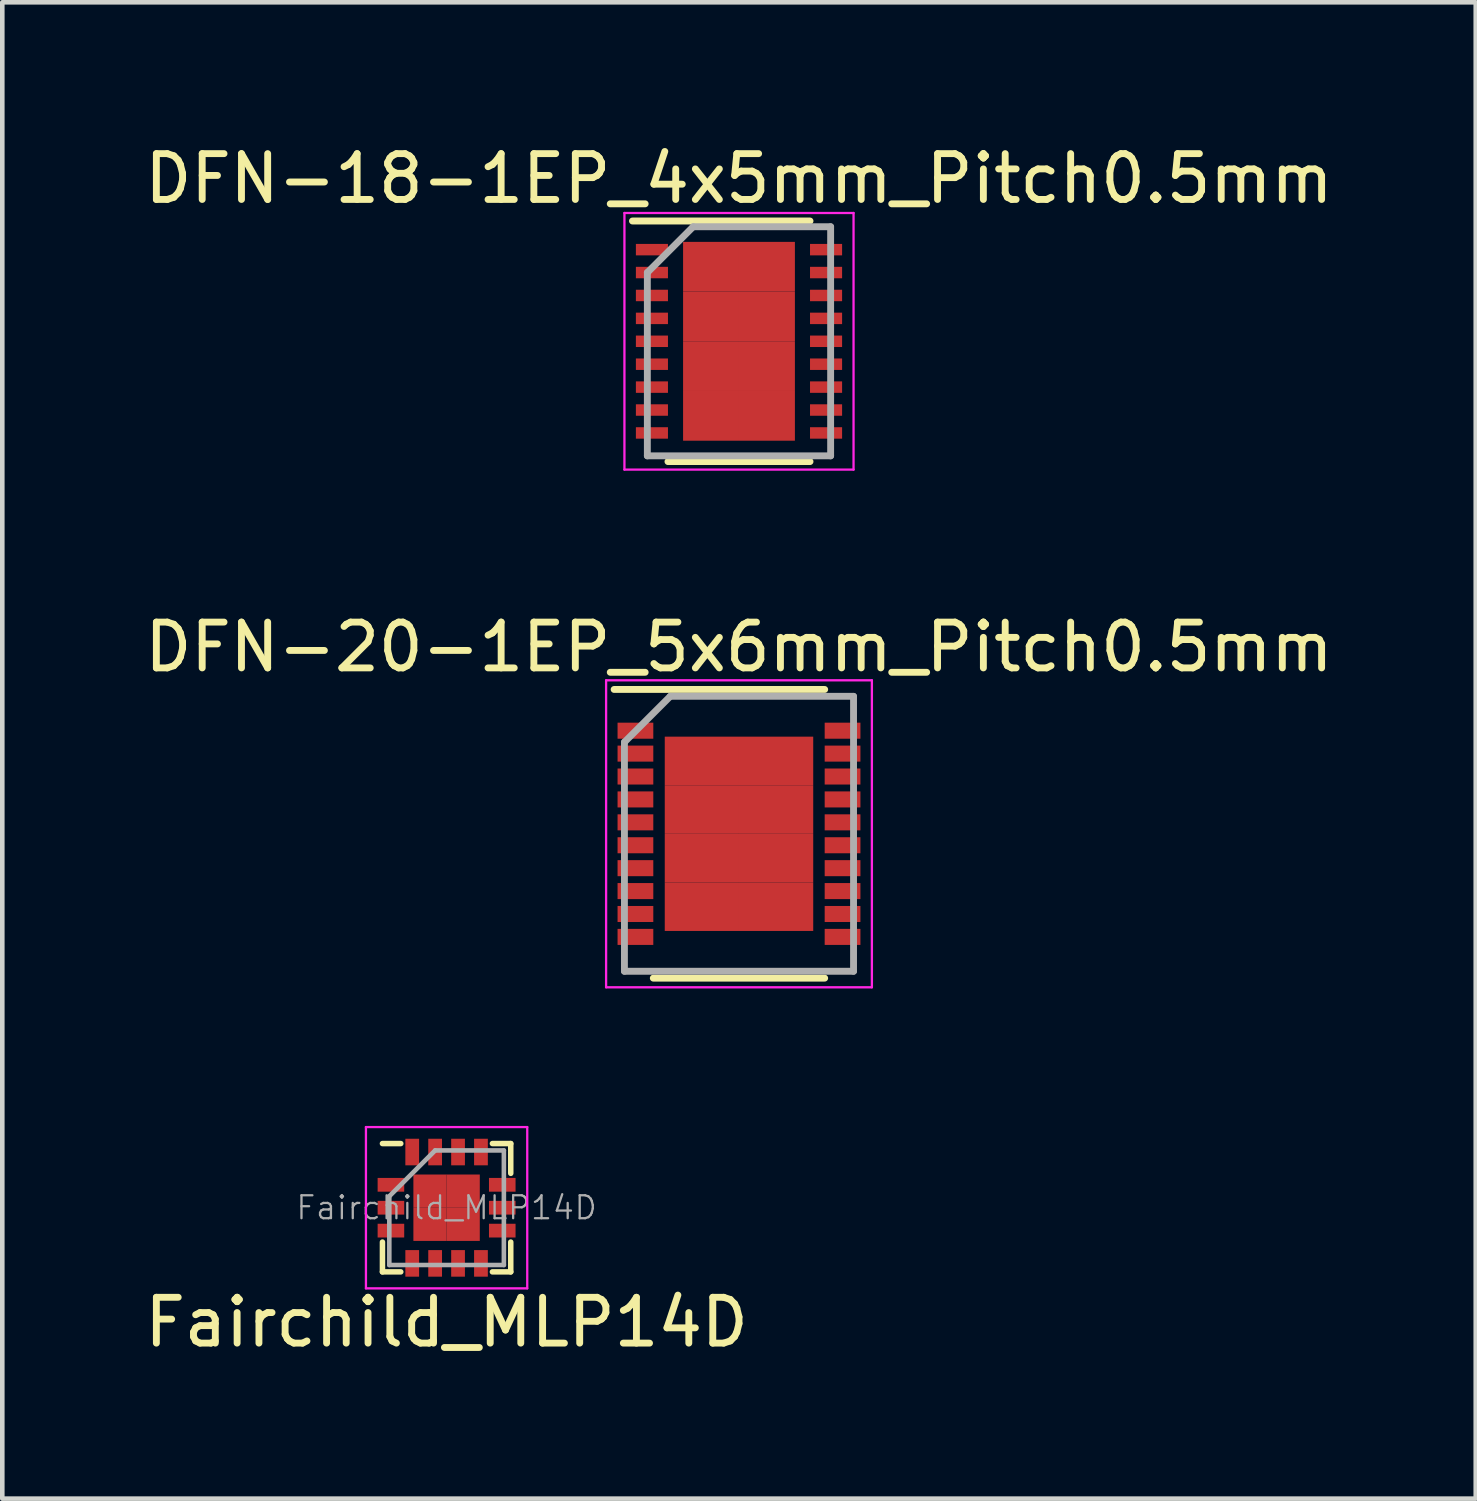
<source format=kicad_pcb>
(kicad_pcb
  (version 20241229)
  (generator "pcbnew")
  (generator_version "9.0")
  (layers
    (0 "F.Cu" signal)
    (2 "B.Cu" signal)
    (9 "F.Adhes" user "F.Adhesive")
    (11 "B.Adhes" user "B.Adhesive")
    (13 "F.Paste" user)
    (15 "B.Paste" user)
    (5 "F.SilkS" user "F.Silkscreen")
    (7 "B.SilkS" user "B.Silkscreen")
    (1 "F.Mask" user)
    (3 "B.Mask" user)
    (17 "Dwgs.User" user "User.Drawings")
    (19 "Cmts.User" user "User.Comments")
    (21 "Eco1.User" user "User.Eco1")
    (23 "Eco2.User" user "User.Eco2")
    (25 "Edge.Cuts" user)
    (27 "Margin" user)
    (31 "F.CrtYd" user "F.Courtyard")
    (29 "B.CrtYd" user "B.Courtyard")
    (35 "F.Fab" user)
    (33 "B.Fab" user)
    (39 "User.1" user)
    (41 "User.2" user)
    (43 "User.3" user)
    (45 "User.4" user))
  (footprint "DFN-18-1EP_4x5mm_Pitch0.5mm"
    (layer "F.Cu")
    (at 13.077 4.398)
    (property "Reference" "DFN-18-1EP_4x5mm_Pitch0.5mm" (at 0 -3.55 0) (layer "F.SilkS") (effects (font (size 1 1) (thickness 0.15))))
    (attr smd)
    (fp_line (start -2.325 -2.625) (end 1.55 -2.625) (stroke (width 0.15) (type solid)) (layer "F.SilkS"))
    (fp_line (start -1.55 2.625) (end 1.55 2.625) (stroke (width 0.15) (type solid)) (layer "F.SilkS"))
    (fp_line (start -2.5 -2.8) (end -2.5 2.8) (stroke (width 0.05) (type solid)) (layer "F.CrtYd"))
    (fp_line (start -2.5 -2.8) (end 2.5 -2.8) (stroke (width 0.05) (type solid)) (layer "F.CrtYd"))
    (fp_line (start -2.5 2.8) (end 2.5 2.8) (stroke (width 0.05) (type solid)) (layer "F.CrtYd"))
    (fp_line (start 2.5 -2.8) (end 2.5 2.8) (stroke (width 0.05) (type solid)) (layer "F.CrtYd"))
    (fp_line (start -2 -1.5) (end -1 -2.5) (stroke (width 0.15) (type solid)) (layer "F.Fab"))
    (fp_line (start -2 2.5) (end -2 -1.5) (stroke (width 0.15) (type solid)) (layer "F.Fab"))
    (fp_line (start -1 -2.5) (end 2 -2.5) (stroke (width 0.15) (type solid)) (layer "F.Fab"))
    (fp_line (start 2 -2.5) (end 2 2.5) (stroke (width 0.15) (type solid)) (layer "F.Fab"))
    (fp_line (start 2 2.5) (end -2 2.5) (stroke (width 0.15) (type solid)) (layer "F.Fab"))
    (pad "1" smd rect (at -1.9 -2) (size 0.7 0.25) (layers "F.Cu" "F.Mask" "F.Paste"))
    (pad "2" smd rect (at -1.9 -1.5) (size 0.7 0.25) (layers "F.Cu" "F.Mask" "F.Paste"))
    (pad "3" smd rect (at -1.9 -1) (size 0.7 0.25) (layers "F.Cu" "F.Mask" "F.Paste"))
    (pad "4" smd rect (at -1.9 -0.5) (size 0.7 0.25) (layers "F.Cu" "F.Mask" "F.Paste"))
    (pad "5" smd rect (at -1.9 0) (size 0.7 0.25) (layers "F.Cu" "F.Mask" "F.Paste"))
    (pad "6" smd rect (at -1.9 0.5) (size 0.7 0.25) (layers "F.Cu" "F.Mask" "F.Paste"))
    (pad "7" smd rect (at -1.9 1) (size 0.7 0.25) (layers "F.Cu" "F.Mask" "F.Paste"))
    (pad "8" smd rect (at -1.9 1.5) (size 0.7 0.25) (layers "F.Cu" "F.Mask" "F.Paste"))
    (pad "9" smd rect (at -1.9 2) (size 0.7 0.25) (layers "F.Cu" "F.Mask" "F.Paste"))
    (pad "10" smd rect (at 1.9 2) (size 0.7 0.25) (layers "F.Cu" "F.Mask" "F.Paste"))
    (pad "11" smd rect (at 1.9 1.5) (size 0.7 0.25) (layers "F.Cu" "F.Mask" "F.Paste"))
    (pad "12" smd rect (at 1.9 1) (size 0.7 0.25) (layers "F.Cu" "F.Mask" "F.Paste"))
    (pad "13" smd rect (at 1.9 0.5) (size 0.7 0.25) (layers "F.Cu" "F.Mask" "F.Paste"))
    (pad "14" smd rect (at 1.9 0) (size 0.7 0.25) (layers "F.Cu" "F.Mask" "F.Paste"))
    (pad "15" smd rect (at 1.9 -0.5) (size 0.7 0.25) (layers "F.Cu" "F.Mask" "F.Paste"))
    (pad "16" smd rect (at 1.9 -1) (size 0.7 0.25) (layers "F.Cu" "F.Mask" "F.Paste"))
    (pad "17" smd rect (at 1.9 -1.5) (size 0.7 0.25) (layers "F.Cu" "F.Mask" "F.Paste"))
    (pad "18" smd rect (at 1.9 -2) (size 0.7 0.25) (layers "F.Cu" "F.Mask" "F.Paste"))
    (pad "19" smd rect (at -0.61 -1.627) (size 1.22 1.085) (layers "F.Cu" "F.Mask" "F.Paste"))
    (pad "19" smd rect (at -0.61 -0.542) (size 1.22 1.085) (layers "F.Cu" "F.Mask" "F.Paste"))
    (pad "19" smd rect (at -0.61 0.542) (size 1.22 1.085) (layers "F.Cu" "F.Mask" "F.Paste"))
    (pad "19" smd rect (at -0.61 1.627) (size 1.22 1.085) (layers "F.Cu" "F.Mask" "F.Paste"))
    (pad "19" smd rect (at 0.61 -1.627) (size 1.22 1.085) (layers "F.Cu" "F.Mask" "F.Paste"))
    (pad "19" smd rect (at 0.61 -0.542) (size 1.22 1.085) (layers "F.Cu" "F.Mask" "F.Paste"))
    (pad "19" smd rect (at 0.61 0.542) (size 1.22 1.085) (layers "F.Cu" "F.Mask" "F.Paste"))
    (pad "19" smd rect (at 0.61 1.627) (size 1.22 1.085) (layers "F.Cu" "F.Mask" "F.Paste")))
  (footprint "Fairchild_MLP14D"
    (layer "F.Cu")
    (at 6.696 23.306)
    (property "Reference" "Fairchild_MLP14D" (at 0 2.5 0) (layer "F.SilkS") (effects (font (size 1 1) (thickness 0.15))))
    (attr smd)
    (fp_line (start -1.4 1.4) (end -1.4 0.75) (stroke (width 0.12) (type solid)) (layer "F.SilkS"))
    (fp_line (start -1 -1.4) (end -1.4 -1.4) (stroke (width 0.12) (type solid)) (layer "F.SilkS"))
    (fp_line (start -1 1.4) (end -1.4 1.4) (stroke (width 0.12) (type solid)) (layer "F.SilkS"))
    (fp_line (start 1 -1.4) (end 1.4 -1.4) (stroke (width 0.12) (type solid)) (layer "F.SilkS"))
    (fp_line (start 1 1.4) (end 1.4 1.4) (stroke (width 0.12) (type solid)) (layer "F.SilkS"))
    (fp_line (start 1.4 -1.4) (end 1.4 -0.75) (stroke (width 0.12) (type solid)) (layer "F.SilkS"))
    (fp_line (start 1.4 1.4) (end 1.4 0.75) (stroke (width 0.12) (type solid)) (layer "F.SilkS"))
    (fp_line (start -1.76 -1.76) (end 1.76 -1.76) (stroke (width 0.05) (type solid)) (layer "F.CrtYd"))
    (fp_line (start -1.76 1.76) (end -1.76 -1.76) (stroke (width 0.05) (type solid)) (layer "F.CrtYd"))
    (fp_line (start 1.76 -1.76) (end 1.76 1.76) (stroke (width 0.05) (type solid)) (layer "F.CrtYd"))
    (fp_line (start 1.76 1.76) (end -1.76 1.76) (stroke (width 0.05) (type solid)) (layer "F.CrtYd"))
    (fp_line (start -1.25 -0.25) (end -1.25 1.25) (stroke (width 0.1) (type solid)) (layer "F.Fab"))
    (fp_line (start -1.25 1.25) (end 1.25 1.25) (stroke (width 0.1) (type solid)) (layer "F.Fab"))
    (fp_line (start -0.25 -1.25) (end -1.25 -0.25) (stroke (width 0.1) (type solid)) (layer "F.Fab"))
    (fp_line (start 1.25 -1.25) (end -0.25 -1.25) (stroke (width 0.1) (type solid)) (layer "F.Fab"))
    (fp_line (start 1.25 1.25) (end 1.25 -1.25) (stroke (width 0.1) (type solid)) (layer "F.Fab"))
    (fp_text user "${REFERENCE}" (at 0 0 0) (layer "F.Fab") (effects (font (size 0.5 0.5) (thickness 0.05))))
    (pad "1" smd rect (at -1.215 -0.5) (size 0.58 0.3) (layers "F.Cu" "F.Mask" "F.Paste"))
    (pad "2" smd rect (at -1.215 0) (size 0.58 0.3) (layers "F.Cu" "F.Mask" "F.Paste"))
    (pad "3" smd rect (at -1.215 0.5) (size 0.58 0.3) (layers "F.Cu" "F.Mask" "F.Paste"))
    (pad "4" smd rect (at -0.75 1.215) (size 0.3 0.58) (layers "F.Cu" "F.Mask" "F.Paste"))
    (pad "5" smd rect (at -0.25 1.215) (size 0.3 0.58) (layers "F.Cu" "F.Mask" "F.Paste"))
    (pad "6" smd rect (at 0.25 1.215) (size 0.3 0.58) (layers "F.Cu" "F.Mask" "F.Paste"))
    (pad "7" smd rect (at 0.75 1.215) (size 0.3 0.58) (layers "F.Cu" "F.Mask" "F.Paste"))
    (pad "8" smd rect (at 1.215 0.5) (size 0.58 0.3) (layers "F.Cu" "F.Mask" "F.Paste"))
    (pad "9" smd rect (at 1.215 0) (size 0.58 0.3) (layers "F.Cu" "F.Mask" "F.Paste"))
    (pad "10" smd rect (at 1.215 -0.5) (size 0.58 0.3) (layers "F.Cu" "F.Mask" "F.Paste"))
    (pad "11" smd rect (at 0.75 -1.215) (size 0.3 0.58) (layers "F.Cu" "F.Mask" "F.Paste"))
    (pad "12" smd rect (at 0.25 -1.215) (size 0.3 0.58) (layers "F.Cu" "F.Mask" "F.Paste"))
    (pad "13" smd rect (at -0.25 -1.215) (size 0.3 0.58) (layers "F.Cu" "F.Mask" "F.Paste"))
    (pad "14" smd rect (at -0.75 -1.215) (size 0.3 0.58) (layers "F.Cu" "F.Mask" "F.Paste"))
    (pad "15" smd rect (at -0.362 -0.362) (size 0.725 0.725) (layers "F.Cu" "F.Mask" "F.Paste"))
    (pad "15" smd rect (at -0.362 0.362) (size 0.725 0.725) (layers "F.Cu" "F.Mask" "F.Paste"))
    (pad "15" smd rect (at 0.362 -0.362) (size 0.725 0.725) (layers "F.Cu" "F.Mask" "F.Paste"))
    (pad "15" smd rect (at 0.362 0.362) (size 0.725 0.725) (layers "F.Cu" "F.Mask" "F.Paste")))
  (footprint "DFN-20-1EP_5x6mm_Pitch0.5mm"
    (layer "F.Cu")
    (at 13.077 15.146)
    (property "Reference" "DFN-20-1EP_5x6mm_Pitch0.5mm" (at 0 -4.075 0) (layer "F.SilkS") (effects (font (size 1 1) (thickness 0.15))))
    (attr smd)
    (fp_line (start -2.725 -3.15) (end 1.87 -3.15) (stroke (width 0.15) (type solid)) (layer "F.SilkS"))
    (fp_line (start -1.87 3.15) (end 1.87 3.15) (stroke (width 0.15) (type solid)) (layer "F.SilkS"))
    (fp_line (start -2.9 -3.35) (end -2.9 3.35) (stroke (width 0.05) (type solid)) (layer "F.CrtYd"))
    (fp_line (start -2.9 -3.35) (end 2.9 -3.35) (stroke (width 0.05) (type solid)) (layer "F.CrtYd"))
    (fp_line (start -2.9 3.35) (end 2.9 3.35) (stroke (width 0.05) (type solid)) (layer "F.CrtYd"))
    (fp_line (start 2.9 -3.35) (end 2.9 3.35) (stroke (width 0.05) (type solid)) (layer "F.CrtYd"))
    (fp_line (start -2.5 -2) (end -1.5 -3) (stroke (width 0.15) (type solid)) (layer "F.Fab"))
    (fp_line (start -2.5 3) (end -2.5 -2) (stroke (width 0.15) (type solid)) (layer "F.Fab"))
    (fp_line (start -1.5 -3) (end 2.5 -3) (stroke (width 0.15) (type solid)) (layer "F.Fab"))
    (fp_line (start 2.5 -3) (end 2.5 3) (stroke (width 0.15) (type solid)) (layer "F.Fab"))
    (fp_line (start 2.5 3) (end -2.5 3) (stroke (width 0.15) (type solid)) (layer "F.Fab"))
    (pad "1" smd rect (at -2.26 -2.25) (size 0.78 0.35) (layers "F.Cu" "F.Mask" "F.Paste"))
    (pad "2" smd rect (at -2.26 -1.75) (size 0.78 0.35) (layers "F.Cu" "F.Mask" "F.Paste"))
    (pad "3" smd rect (at -2.26 -1.25) (size 0.78 0.35) (layers "F.Cu" "F.Mask" "F.Paste"))
    (pad "4" smd rect (at -2.26 -0.75) (size 0.78 0.35) (layers "F.Cu" "F.Mask" "F.Paste"))
    (pad "5" smd rect (at -2.26 -0.25) (size 0.78 0.35) (layers "F.Cu" "F.Mask" "F.Paste"))
    (pad "6" smd rect (at -2.26 0.25) (size 0.78 0.35) (layers "F.Cu" "F.Mask" "F.Paste"))
    (pad "7" smd rect (at -2.26 0.75) (size 0.78 0.35) (layers "F.Cu" "F.Mask" "F.Paste"))
    (pad "8" smd rect (at -2.26 1.25) (size 0.78 0.35) (layers "F.Cu" "F.Mask" "F.Paste"))
    (pad "9" smd rect (at -2.26 1.75) (size 0.78 0.35) (layers "F.Cu" "F.Mask" "F.Paste"))
    (pad "10" smd rect (at -2.26 2.25) (size 0.78 0.35) (layers "F.Cu" "F.Mask" "F.Paste"))
    (pad "11" smd rect (at 2.26 2.25) (size 0.78 0.35) (layers "F.Cu" "F.Mask" "F.Paste"))
    (pad "12" smd rect (at 2.26 1.75) (size 0.78 0.35) (layers "F.Cu" "F.Mask" "F.Paste"))
    (pad "13" smd rect (at 2.26 1.25) (size 0.78 0.35) (layers "F.Cu" "F.Mask" "F.Paste"))
    (pad "14" smd rect (at 2.26 0.75) (size 0.78 0.35) (layers "F.Cu" "F.Mask" "F.Paste"))
    (pad "15" smd rect (at 2.26 0.25) (size 0.78 0.35) (layers "F.Cu" "F.Mask" "F.Paste"))
    (pad "16" smd rect (at 2.26 -0.25) (size 0.78 0.35) (layers "F.Cu" "F.Mask" "F.Paste"))
    (pad "17" smd rect (at 2.26 -0.75) (size 0.78 0.35) (layers "F.Cu" "F.Mask" "F.Paste"))
    (pad "18" smd rect (at 2.26 -1.25) (size 0.78 0.35) (layers "F.Cu" "F.Mask" "F.Paste"))
    (pad "19" smd rect (at 2.26 -1.75) (size 0.78 0.35) (layers "F.Cu" "F.Mask" "F.Paste"))
    (pad "20" smd rect (at 2.26 -2.25) (size 0.78 0.35) (layers "F.Cu" "F.Mask" "F.Paste"))
    (pad "21" smd rect (at -0.81 -1.59) (size 1.62 1.06) (layers "F.Cu" "F.Mask" "F.Paste"))
    (pad "21" smd rect (at -0.81 -0.53) (size 1.62 1.06) (layers "F.Cu" "F.Mask" "F.Paste"))
    (pad "21" smd rect (at -0.81 0.53) (size 1.62 1.06) (layers "F.Cu" "F.Mask" "F.Paste"))
    (pad "21" smd rect (at -0.81 1.59) (size 1.62 1.06) (layers "F.Cu" "F.Mask" "F.Paste"))
    (pad "21" smd rect (at 0.81 -1.59) (size 1.62 1.06) (layers "F.Cu" "F.Mask" "F.Paste"))
    (pad "21" smd rect (at 0.81 -0.53) (size 1.62 1.06) (layers "F.Cu" "F.Mask" "F.Paste"))
    (pad "21" smd rect (at 0.81 0.53) (size 1.62 1.06) (layers "F.Cu" "F.Mask" "F.Paste"))
    (pad "21" smd rect (at 0.81 1.59) (size 1.62 1.06) (layers "F.Cu" "F.Mask" "F.Paste")))
  (gr_rect
    (start -3 -3)
    (end 29.155 29.655)
    (stroke (width 0.1) (type default))
    (fill no)
    (layer "Edge.Cuts")))
</source>
